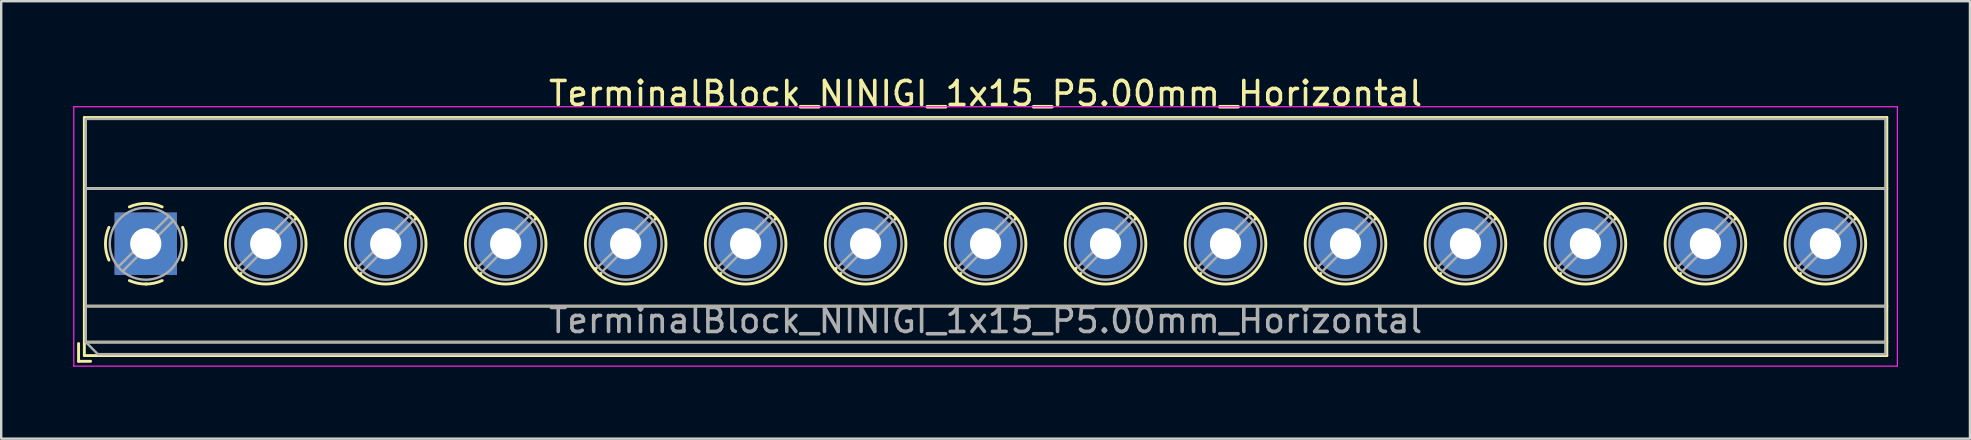
<source format=kicad_pcb>
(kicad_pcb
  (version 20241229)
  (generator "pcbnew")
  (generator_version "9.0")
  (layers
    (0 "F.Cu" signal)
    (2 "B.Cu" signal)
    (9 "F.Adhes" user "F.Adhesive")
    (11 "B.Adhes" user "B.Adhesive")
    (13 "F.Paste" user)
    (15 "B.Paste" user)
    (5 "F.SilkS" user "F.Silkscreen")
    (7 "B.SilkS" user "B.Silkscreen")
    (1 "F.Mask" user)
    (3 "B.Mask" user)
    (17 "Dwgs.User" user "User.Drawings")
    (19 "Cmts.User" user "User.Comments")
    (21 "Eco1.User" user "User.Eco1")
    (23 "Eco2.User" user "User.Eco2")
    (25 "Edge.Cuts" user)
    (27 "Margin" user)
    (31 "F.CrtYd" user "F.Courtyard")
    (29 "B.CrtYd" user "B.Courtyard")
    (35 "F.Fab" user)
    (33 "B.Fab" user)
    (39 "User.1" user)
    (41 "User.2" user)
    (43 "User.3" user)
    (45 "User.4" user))
  (footprint "TerminalBlock_NINIGI_1x15_P5.00mm_Horizontal"
    (layer "F.Cu")
    (at 3.025 7.108)
    (property "Reference" "TerminalBlock_NINIGI_1x15_P5.00mm_Horizontal" (at 35 -6.26 0) (layer "F.SilkS") (effects (font (size 1 1) (thickness 0.15))))
    (attr through_hole)
    (fp_line (start -2.8 4.16) (end -2.8 4.9) (stroke (width 0.12) (type solid)) (layer "F.SilkS"))
    (fp_line (start -2.8 4.9) (end -2.3 4.9) (stroke (width 0.12) (type solid)) (layer "F.SilkS"))
    (fp_line (start -2.56 -5.261) (end -2.56 4.66) (stroke (width 0.12) (type solid)) (layer "F.SilkS"))
    (fp_line (start -2.56 -5.261) (end 72.56 -5.261) (stroke (width 0.12) (type solid)) (layer "F.SilkS"))
    (fp_line (start -2.56 -2.301) (end 72.56 -2.301) (stroke (width 0.12) (type solid)) (layer "F.SilkS"))
    (fp_line (start -2.56 2.6) (end 72.56 2.6) (stroke (width 0.12) (type solid)) (layer "F.SilkS"))
    (fp_line (start -2.56 4.1) (end 72.56 4.1) (stroke (width 0.12) (type solid)) (layer "F.SilkS"))
    (fp_line (start -2.56 4.66) (end 72.56 4.66) (stroke (width 0.12) (type solid)) (layer "F.SilkS"))
    (fp_line (start 3.773 1.023) (end 3.726 1.069) (stroke (width 0.12) (type solid)) (layer "F.SilkS"))
    (fp_line (start 3.966 1.239) (end 3.931 1.274) (stroke (width 0.12) (type solid)) (layer "F.SilkS"))
    (fp_line (start 6.07 -1.275) (end 6.035 -1.239) (stroke (width 0.12) (type solid)) (layer "F.SilkS"))
    (fp_line (start 6.275 -1.069) (end 6.228 -1.023) (stroke (width 0.12) (type solid)) (layer "F.SilkS"))
    (fp_line (start 8.773 1.023) (end 8.726 1.069) (stroke (width 0.12) (type solid)) (layer "F.SilkS"))
    (fp_line (start 8.966 1.239) (end 8.931 1.274) (stroke (width 0.12) (type solid)) (layer "F.SilkS"))
    (fp_line (start 11.07 -1.275) (end 11.035 -1.239) (stroke (width 0.12) (type solid)) (layer "F.SilkS"))
    (fp_line (start 11.275 -1.069) (end 11.228 -1.023) (stroke (width 0.12) (type solid)) (layer "F.SilkS"))
    (fp_line (start 13.773 1.023) (end 13.726 1.069) (stroke (width 0.12) (type solid)) (layer "F.SilkS"))
    (fp_line (start 13.966 1.239) (end 13.931 1.274) (stroke (width 0.12) (type solid)) (layer "F.SilkS"))
    (fp_line (start 16.07 -1.275) (end 16.035 -1.239) (stroke (width 0.12) (type solid)) (layer "F.SilkS"))
    (fp_line (start 16.275 -1.069) (end 16.228 -1.023) (stroke (width 0.12) (type solid)) (layer "F.SilkS"))
    (fp_line (start 18.773 1.023) (end 18.726 1.069) (stroke (width 0.12) (type solid)) (layer "F.SilkS"))
    (fp_line (start 18.966 1.239) (end 18.931 1.274) (stroke (width 0.12) (type solid)) (layer "F.SilkS"))
    (fp_line (start 21.07 -1.275) (end 21.035 -1.239) (stroke (width 0.12) (type solid)) (layer "F.SilkS"))
    (fp_line (start 21.275 -1.069) (end 21.228 -1.023) (stroke (width 0.12) (type solid)) (layer "F.SilkS"))
    (fp_line (start 23.773 1.023) (end 23.726 1.069) (stroke (width 0.12) (type solid)) (layer "F.SilkS"))
    (fp_line (start 23.966 1.239) (end 23.931 1.274) (stroke (width 0.12) (type solid)) (layer "F.SilkS"))
    (fp_line (start 26.07 -1.275) (end 26.035 -1.239) (stroke (width 0.12) (type solid)) (layer "F.SilkS"))
    (fp_line (start 26.275 -1.069) (end 26.228 -1.023) (stroke (width 0.12) (type solid)) (layer "F.SilkS"))
    (fp_line (start 28.773 1.023) (end 28.726 1.069) (stroke (width 0.12) (type solid)) (layer "F.SilkS"))
    (fp_line (start 28.966 1.239) (end 28.931 1.274) (stroke (width 0.12) (type solid)) (layer "F.SilkS"))
    (fp_line (start 31.07 -1.275) (end 31.035 -1.239) (stroke (width 0.12) (type solid)) (layer "F.SilkS"))
    (fp_line (start 31.275 -1.069) (end 31.228 -1.023) (stroke (width 0.12) (type solid)) (layer "F.SilkS"))
    (fp_line (start 33.773 1.023) (end 33.726 1.069) (stroke (width 0.12) (type solid)) (layer "F.SilkS"))
    (fp_line (start 33.966 1.239) (end 33.931 1.274) (stroke (width 0.12) (type solid)) (layer "F.SilkS"))
    (fp_line (start 36.07 -1.275) (end 36.035 -1.239) (stroke (width 0.12) (type solid)) (layer "F.SilkS"))
    (fp_line (start 36.275 -1.069) (end 36.228 -1.023) (stroke (width 0.12) (type solid)) (layer "F.SilkS"))
    (fp_line (start 38.773 1.023) (end 38.726 1.069) (stroke (width 0.12) (type solid)) (layer "F.SilkS"))
    (fp_line (start 38.966 1.239) (end 38.931 1.274) (stroke (width 0.12) (type solid)) (layer "F.SilkS"))
    (fp_line (start 41.07 -1.275) (end 41.035 -1.239) (stroke (width 0.12) (type solid)) (layer "F.SilkS"))
    (fp_line (start 41.275 -1.069) (end 41.228 -1.023) (stroke (width 0.12) (type solid)) (layer "F.SilkS"))
    (fp_line (start 43.773 1.023) (end 43.726 1.069) (stroke (width 0.12) (type solid)) (layer "F.SilkS"))
    (fp_line (start 43.966 1.239) (end 43.931 1.274) (stroke (width 0.12) (type solid)) (layer "F.SilkS"))
    (fp_line (start 46.07 -1.275) (end 46.035 -1.239) (stroke (width 0.12) (type solid)) (layer "F.SilkS"))
    (fp_line (start 46.275 -1.069) (end 46.228 -1.023) (stroke (width 0.12) (type solid)) (layer "F.SilkS"))
    (fp_line (start 48.773 1.023) (end 48.726 1.069) (stroke (width 0.12) (type solid)) (layer "F.SilkS"))
    (fp_line (start 48.966 1.239) (end 48.931 1.274) (stroke (width 0.12) (type solid)) (layer "F.SilkS"))
    (fp_line (start 51.07 -1.275) (end 51.035 -1.239) (stroke (width 0.12) (type solid)) (layer "F.SilkS"))
    (fp_line (start 51.275 -1.069) (end 51.228 -1.023) (stroke (width 0.12) (type solid)) (layer "F.SilkS"))
    (fp_line (start 53.773 1.023) (end 53.726 1.069) (stroke (width 0.12) (type solid)) (layer "F.SilkS"))
    (fp_line (start 53.966 1.239) (end 53.931 1.274) (stroke (width 0.12) (type solid)) (layer "F.SilkS"))
    (fp_line (start 56.07 -1.275) (end 56.035 -1.239) (stroke (width 0.12) (type solid)) (layer "F.SilkS"))
    (fp_line (start 56.275 -1.069) (end 56.228 -1.023) (stroke (width 0.12) (type solid)) (layer "F.SilkS"))
    (fp_line (start 58.773 1.023) (end 58.726 1.069) (stroke (width 0.12) (type solid)) (layer "F.SilkS"))
    (fp_line (start 58.966 1.239) (end 58.931 1.274) (stroke (width 0.12) (type solid)) (layer "F.SilkS"))
    (fp_line (start 61.07 -1.275) (end 61.035 -1.239) (stroke (width 0.12) (type solid)) (layer "F.SilkS"))
    (fp_line (start 61.275 -1.069) (end 61.228 -1.023) (stroke (width 0.12) (type solid)) (layer "F.SilkS"))
    (fp_line (start 63.773 1.023) (end 63.726 1.069) (stroke (width 0.12) (type solid)) (layer "F.SilkS"))
    (fp_line (start 63.966 1.239) (end 63.931 1.274) (stroke (width 0.12) (type solid)) (layer "F.SilkS"))
    (fp_line (start 66.07 -1.275) (end 66.035 -1.239) (stroke (width 0.12) (type solid)) (layer "F.SilkS"))
    (fp_line (start 66.275 -1.069) (end 66.228 -1.023) (stroke (width 0.12) (type solid)) (layer "F.SilkS"))
    (fp_line (start 68.773 1.023) (end 68.726 1.069) (stroke (width 0.12) (type solid)) (layer "F.SilkS"))
    (fp_line (start 68.966 1.239) (end 68.931 1.274) (stroke (width 0.12) (type solid)) (layer "F.SilkS"))
    (fp_line (start 71.07 -1.275) (end 71.035 -1.239) (stroke (width 0.12) (type solid)) (layer "F.SilkS"))
    (fp_line (start 71.275 -1.069) (end 71.228 -1.023) (stroke (width 0.12) (type solid)) (layer "F.SilkS"))
    (fp_line (start 72.56 -5.261) (end 72.56 4.66) (stroke (width 0.12) (type solid)) (layer "F.SilkS"))
    (fp_arc (start -1.535427 0.683042) (mid -1.680501 -0.000524) (end -1.535 -0.684) (stroke (width 0.12) (type solid)) (layer "F.SilkS"))
    (fp_arc (start -0.683042 -1.535427) (mid 0.000524 -1.680501) (end 0.684 -1.535) (stroke (width 0.12) (type solid)) (layer "F.SilkS"))
    (fp_arc (start 0.028805 1.680253) (mid -0.335551 1.646659) (end -0.684 1.535) (stroke (width 0.12) (type solid)) (layer "F.SilkS"))
    (fp_arc (start 0.683318 1.534756) (mid 0.349292 1.643288) (end 0 1.68) (stroke (width 0.12) (type solid)) (layer "F.SilkS"))
    (fp_arc (start 1.535427 -0.683042) (mid 1.680501 0.000524) (end 1.535 0.684) (stroke (width 0.12) (type solid)) (layer "F.SilkS"))
    (fp_circle (center 5 0) (end 6.68 0) (stroke (width 0.12) (type solid)) (fill no) (layer "F.SilkS"))
    (fp_circle (center 10 0) (end 11.68 0) (stroke (width 0.12) (type solid)) (fill no) (layer "F.SilkS"))
    (fp_circle (center 15 0) (end 16.68 0) (stroke (width 0.12) (type solid)) (fill no) (layer "F.SilkS"))
    (fp_circle (center 20 0) (end 21.68 0) (stroke (width 0.12) (type solid)) (fill no) (layer "F.SilkS"))
    (fp_circle (center 25 0) (end 26.68 0) (stroke (width 0.12) (type solid)) (fill no) (layer "F.SilkS"))
    (fp_circle (center 30 0) (end 31.68 0) (stroke (width 0.12) (type solid)) (fill no) (layer "F.SilkS"))
    (fp_circle (center 35 0) (end 36.68 0) (stroke (width 0.12) (type solid)) (fill no) (layer "F.SilkS"))
    (fp_circle (center 40 0) (end 41.68 0) (stroke (width 0.12) (type solid)) (fill no) (layer "F.SilkS"))
    (fp_circle (center 45 0) (end 46.68 0) (stroke (width 0.12) (type solid)) (fill no) (layer "F.SilkS"))
    (fp_circle (center 50 0) (end 51.68 0) (stroke (width 0.12) (type solid)) (fill no) (layer "F.SilkS"))
    (fp_circle (center 55 0) (end 56.68 0) (stroke (width 0.12) (type solid)) (fill no) (layer "F.SilkS"))
    (fp_circle (center 60 0) (end 61.68 0) (stroke (width 0.12) (type solid)) (fill no) (layer "F.SilkS"))
    (fp_circle (center 65 0) (end 66.68 0) (stroke (width 0.12) (type solid)) (fill no) (layer "F.SilkS"))
    (fp_circle (center 70 0) (end 71.68 0) (stroke (width 0.12) (type solid)) (fill no) (layer "F.SilkS"))
    (fp_line (start -3 -5.71) (end -3 5.1) (stroke (width 0.05) (type solid)) (layer "F.CrtYd"))
    (fp_line (start -3 5.1) (end 73 5.1) (stroke (width 0.05) (type solid)) (layer "F.CrtYd"))
    (fp_line (start 73 -5.71) (end -3 -5.71) (stroke (width 0.05) (type solid)) (layer "F.CrtYd"))
    (fp_line (start 73 5.1) (end 73 -5.71) (stroke (width 0.05) (type solid)) (layer "F.CrtYd"))
    (fp_line (start -2.5 -5.2) (end 72.5 -5.2) (stroke (width 0.1) (type solid)) (layer "F.Fab"))
    (fp_line (start -2.5 -2.3) (end 72.5 -2.3) (stroke (width 0.1) (type solid)) (layer "F.Fab"))
    (fp_line (start -2.5 2.6) (end 72.5 2.6) (stroke (width 0.1) (type solid)) (layer "F.Fab"))
    (fp_line (start -2.5 4.1) (end -2.5 -5.2) (stroke (width 0.1) (type solid)) (layer "F.Fab"))
    (fp_line (start -2.5 4.1) (end 72.5 4.1) (stroke (width 0.1) (type solid)) (layer "F.Fab"))
    (fp_line (start -2 4.6) (end -2.5 4.1) (stroke (width 0.1) (type solid)) (layer "F.Fab"))
    (fp_line (start 0.955 -1.138) (end -1.138 0.955) (stroke (width 0.1) (type solid)) (layer "F.Fab"))
    (fp_line (start 1.138 -0.955) (end -0.955 1.138) (stroke (width 0.1) (type solid)) (layer "F.Fab"))
    (fp_line (start 5.955 -1.138) (end 3.863 0.955) (stroke (width 0.1) (type solid)) (layer "F.Fab"))
    (fp_line (start 6.138 -0.955) (end 4.046 1.138) (stroke (width 0.1) (type solid)) (layer "F.Fab"))
    (fp_line (start 10.955 -1.138) (end 8.863 0.955) (stroke (width 0.1) (type solid)) (layer "F.Fab"))
    (fp_line (start 11.138 -0.955) (end 9.046 1.138) (stroke (width 0.1) (type solid)) (layer "F.Fab"))
    (fp_line (start 15.955 -1.138) (end 13.863 0.955) (stroke (width 0.1) (type solid)) (layer "F.Fab"))
    (fp_line (start 16.138 -0.955) (end 14.046 1.138) (stroke (width 0.1) (type solid)) (layer "F.Fab"))
    (fp_line (start 20.955 -1.138) (end 18.863 0.955) (stroke (width 0.1) (type solid)) (layer "F.Fab"))
    (fp_line (start 21.138 -0.955) (end 19.046 1.138) (stroke (width 0.1) (type solid)) (layer "F.Fab"))
    (fp_line (start 25.955 -1.138) (end 23.863 0.955) (stroke (width 0.1) (type solid)) (layer "F.Fab"))
    (fp_line (start 26.138 -0.955) (end 24.046 1.138) (stroke (width 0.1) (type solid)) (layer "F.Fab"))
    (fp_line (start 30.955 -1.138) (end 28.863 0.955) (stroke (width 0.1) (type solid)) (layer "F.Fab"))
    (fp_line (start 31.138 -0.955) (end 29.046 1.138) (stroke (width 0.1) (type solid)) (layer "F.Fab"))
    (fp_line (start 35.955 -1.138) (end 33.863 0.955) (stroke (width 0.1) (type solid)) (layer "F.Fab"))
    (fp_line (start 36.138 -0.955) (end 34.046 1.138) (stroke (width 0.1) (type solid)) (layer "F.Fab"))
    (fp_line (start 40.955 -1.138) (end 38.863 0.955) (stroke (width 0.1) (type solid)) (layer "F.Fab"))
    (fp_line (start 41.138 -0.955) (end 39.046 1.138) (stroke (width 0.1) (type solid)) (layer "F.Fab"))
    (fp_line (start 45.955 -1.138) (end 43.863 0.955) (stroke (width 0.1) (type solid)) (layer "F.Fab"))
    (fp_line (start 46.138 -0.955) (end 44.046 1.138) (stroke (width 0.1) (type solid)) (layer "F.Fab"))
    (fp_line (start 50.955 -1.138) (end 48.863 0.955) (stroke (width 0.1) (type solid)) (layer "F.Fab"))
    (fp_line (start 51.138 -0.955) (end 49.046 1.138) (stroke (width 0.1) (type solid)) (layer "F.Fab"))
    (fp_line (start 55.955 -1.138) (end 53.863 0.955) (stroke (width 0.1) (type solid)) (layer "F.Fab"))
    (fp_line (start 56.138 -0.955) (end 54.046 1.138) (stroke (width 0.1) (type solid)) (layer "F.Fab"))
    (fp_line (start 60.955 -1.138) (end 58.863 0.955) (stroke (width 0.1) (type solid)) (layer "F.Fab"))
    (fp_line (start 61.138 -0.955) (end 59.046 1.138) (stroke (width 0.1) (type solid)) (layer "F.Fab"))
    (fp_line (start 65.955 -1.138) (end 63.863 0.955) (stroke (width 0.1) (type solid)) (layer "F.Fab"))
    (fp_line (start 66.138 -0.955) (end 64.046 1.138) (stroke (width 0.1) (type solid)) (layer "F.Fab"))
    (fp_line (start 70.955 -1.138) (end 68.863 0.955) (stroke (width 0.1) (type solid)) (layer "F.Fab"))
    (fp_line (start 71.138 -0.955) (end 69.046 1.138) (stroke (width 0.1) (type solid)) (layer "F.Fab"))
    (fp_line (start 72.5 -5.2) (end 72.5 4.6) (stroke (width 0.1) (type solid)) (layer "F.Fab"))
    (fp_line (start 72.5 4.6) (end -2 4.6) (stroke (width 0.1) (type solid)) (layer "F.Fab"))
    (fp_circle (center 0 0) (end 1.5 0) (stroke (width 0.1) (type solid)) (fill no) (layer "F.Fab"))
    (fp_circle (center 5 0) (end 6.5 0) (stroke (width 0.1) (type solid)) (fill no) (layer "F.Fab"))
    (fp_circle (center 10 0) (end 11.5 0) (stroke (width 0.1) (type solid)) (fill no) (layer "F.Fab"))
    (fp_circle (center 15 0) (end 16.5 0) (stroke (width 0.1) (type solid)) (fill no) (layer "F.Fab"))
    (fp_circle (center 20 0) (end 21.5 0) (stroke (width 0.1) (type solid)) (fill no) (layer "F.Fab"))
    (fp_circle (center 25 0) (end 26.5 0) (stroke (width 0.1) (type solid)) (fill no) (layer "F.Fab"))
    (fp_circle (center 30 0) (end 31.5 0) (stroke (width 0.1) (type solid)) (fill no) (layer "F.Fab"))
    (fp_circle (center 35 0) (end 36.5 0) (stroke (width 0.1) (type solid)) (fill no) (layer "F.Fab"))
    (fp_circle (center 40 0) (end 41.5 0) (stroke (width 0.1) (type solid)) (fill no) (layer "F.Fab"))
    (fp_circle (center 45 0) (end 46.5 0) (stroke (width 0.1) (type solid)) (fill no) (layer "F.Fab"))
    (fp_circle (center 50 0) (end 51.5 0) (stroke (width 0.1) (type solid)) (fill no) (layer "F.Fab"))
    (fp_circle (center 55 0) (end 56.5 0) (stroke (width 0.1) (type solid)) (fill no) (layer "F.Fab"))
    (fp_circle (center 60 0) (end 61.5 0) (stroke (width 0.1) (type solid)) (fill no) (layer "F.Fab"))
    (fp_circle (center 65 0) (end 66.5 0) (stroke (width 0.1) (type solid)) (fill no) (layer "F.Fab"))
    (fp_circle (center 70 0) (end 71.5 0) (stroke (width 0.1) (type solid)) (fill no) (layer "F.Fab"))
    (fp_text user "${REFERENCE}" (at 35 3.2 0) (layer "F.Fab") (effects (font (size 1 1) (thickness 0.15))))
    (pad "1" thru_hole rect (at 0 0) (size 2.6 2.6) (drill 1.3) (layers "*.Cu" "*.Mask"))
    (pad "2" thru_hole circle (at 5 0) (size 2.6 2.6) (drill 1.3) (layers "*.Cu" "*.Mask"))
    (pad "3" thru_hole circle (at 10 0) (size 2.6 2.6) (drill 1.3) (layers "*.Cu" "*.Mask"))
    (pad "4" thru_hole circle (at 15 0) (size 2.6 2.6) (drill 1.3) (layers "*.Cu" "*.Mask"))
    (pad "5" thru_hole circle (at 20 0) (size 2.6 2.6) (drill 1.3) (layers "*.Cu" "*.Mask"))
    (pad "6" thru_hole circle (at 25 0) (size 2.6 2.6) (drill 1.3) (layers "*.Cu" "*.Mask"))
    (pad "7" thru_hole circle (at 30 0) (size 2.6 2.6) (drill 1.3) (layers "*.Cu" "*.Mask"))
    (pad "8" thru_hole circle (at 35 0) (size 2.6 2.6) (drill 1.3) (layers "*.Cu" "*.Mask"))
    (pad "9" thru_hole circle (at 40 0) (size 2.6 2.6) (drill 1.3) (layers "*.Cu" "*.Mask"))
    (pad "10" thru_hole circle (at 45 0) (size 2.6 2.6) (drill 1.3) (layers "*.Cu" "*.Mask"))
    (pad "11" thru_hole circle (at 50 0) (size 2.6 2.6) (drill 1.3) (layers "*.Cu" "*.Mask"))
    (pad "12" thru_hole circle (at 55 0) (size 2.6 2.6) (drill 1.3) (layers "*.Cu" "*.Mask"))
    (pad "13" thru_hole circle (at 60 0) (size 2.6 2.6) (drill 1.3) (layers "*.Cu" "*.Mask"))
    (pad "14" thru_hole circle (at 65 0) (size 2.6 2.6) (drill 1.3) (layers "*.Cu" "*.Mask"))
    (pad "15" thru_hole circle (at 70 0) (size 2.6 2.6) (drill 1.3) (layers "*.Cu" "*.Mask")))
  (gr_rect
    (start -3 -3)
    (end 79.05 15.233)
    (stroke (width 0.1) (type default))
    (fill no)
    (layer "Edge.Cuts")))
</source>
